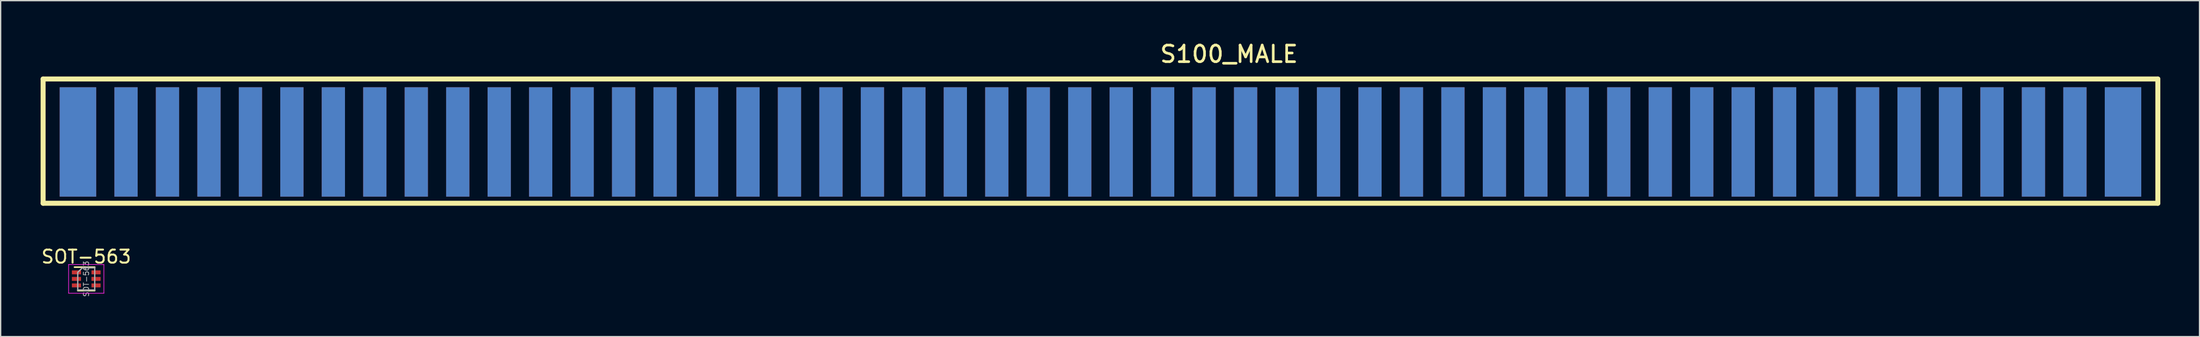
<source format=kicad_pcb>
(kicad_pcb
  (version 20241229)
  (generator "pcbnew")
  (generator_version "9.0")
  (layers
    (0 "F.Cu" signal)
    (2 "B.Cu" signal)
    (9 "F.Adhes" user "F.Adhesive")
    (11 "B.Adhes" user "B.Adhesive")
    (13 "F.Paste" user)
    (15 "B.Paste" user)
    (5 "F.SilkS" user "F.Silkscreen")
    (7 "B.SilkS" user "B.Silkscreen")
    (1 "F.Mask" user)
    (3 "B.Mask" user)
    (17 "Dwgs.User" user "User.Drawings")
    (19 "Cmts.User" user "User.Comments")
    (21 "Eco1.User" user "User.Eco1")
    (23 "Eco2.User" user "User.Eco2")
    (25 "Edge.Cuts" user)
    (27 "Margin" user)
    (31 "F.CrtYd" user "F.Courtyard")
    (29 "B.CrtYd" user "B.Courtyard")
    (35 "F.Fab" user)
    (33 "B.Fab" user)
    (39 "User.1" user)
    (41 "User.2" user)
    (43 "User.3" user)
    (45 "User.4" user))
  (footprint "SOT-563"
    (layer "F.Cu")
    (at 3.554 18.328)
    (property "Reference" "SOT-563" (at 0 -1.7 0) (layer "F.SilkS") (effects (font (size 1 1) (thickness 0.15))))
    (attr smd)
    (fp_line (start -0.9 -0.9) (end 0.65 -0.9) (stroke (width 0.12) (type solid)) (layer "F.SilkS"))
    (fp_line (start 0.65 0.9) (end -0.65 0.9) (stroke (width 0.12) (type solid)) (layer "F.SilkS"))
    (fp_line (start -1.35 -1.1) (end -1.35 1.1) (stroke (width 0.05) (type solid)) (layer "F.CrtYd"))
    (fp_line (start -1.35 -1.1) (end 1.35 -1.1) (stroke (width 0.05) (type solid)) (layer "F.CrtYd"))
    (fp_line (start 1.35 1.1) (end -1.35 1.1) (stroke (width 0.05) (type solid)) (layer "F.CrtYd"))
    (fp_line (start 1.35 1.1) (end 1.35 -1.1) (stroke (width 0.05) (type solid)) (layer "F.CrtYd"))
    (fp_line (start -0.65 -0.5) (end -0.65 0.85) (stroke (width 0.1) (type solid)) (layer "F.Fab"))
    (fp_line (start -0.65 -0.5) (end -0.3 -0.85) (stroke (width 0.1) (type solid)) (layer "F.Fab"))
    (fp_line (start -0.65 0.85) (end 0.65 0.85) (stroke (width 0.1) (type solid)) (layer "F.Fab"))
    (fp_line (start 0.65 -0.85) (end -0.3 -0.85) (stroke (width 0.1) (type solid)) (layer "F.Fab"))
    (fp_line (start 0.65 0.85) (end 0.65 -0.85) (stroke (width 0.1) (type solid)) (layer "F.Fab"))
    (fp_text user "${REFERENCE}" (at 0 0 90) (layer "F.Fab") (effects (font (size 0.4 0.4) (thickness 0.062))))
    (pad "1" smd rect (at -0.75 -0.5) (size 0.7 0.3) (layers "F.Cu" "F.Mask" "F.Paste"))
    (pad "2" smd rect (at -0.75 0) (size 0.7 0.3) (layers "F.Cu" "F.Mask" "F.Paste"))
    (pad "3" smd rect (at -0.75 0.5) (size 0.7 0.3) (layers "F.Cu" "F.Mask" "F.Paste"))
    (pad "4" smd rect (at 0.75 0.5) (size 0.7 0.3) (layers "F.Cu" "F.Mask" "F.Paste"))
    (pad "5" smd rect (at 0.75 0) (size 0.7 0.3) (layers "F.Cu" "F.Mask" "F.Paste"))
    (pad "6" smd rect (at 0.75 -0.5) (size 0.7 0.3) (layers "F.Cu" "F.Mask" "F.Paste")))
  (footprint "S100_MALE"
    (layer "F.Cu")
    (at 0.25 12.53)
    (property "Reference" "S100_MALE" (at 90.805 -11.43 0) (layer "F.SilkS") (effects (font (size 1.27 1.27) (thickness 0.203))))
    (attr through_hole)
    (fp_line (start 0 -9.525) (end 161.925 -9.525) (stroke (width 0.381) (type solid)) (layer "F.SilkS"))
    (fp_line (start 0 0) (end 0 -9.525) (stroke (width 0.381) (type solid)) (layer "F.SilkS"))
    (fp_line (start 161.925 -9.525) (end 161.925 0) (stroke (width 0.381) (type solid)) (layer "F.SilkS"))
    (fp_line (start 161.925 0) (end 0 0) (stroke (width 0.381) (type solid)) (layer "F.SilkS"))
    (pad "1" connect rect (at 2.667 -4.699) (size 2.794 8.382) (layers "F.Cu" "F.Mask"))
    (pad "2" connect rect (at 6.35 -4.699) (size 1.778 8.382) (layers "F.Cu" "F.Mask"))
    (pad "3" connect rect (at 9.525 -4.699) (size 1.778 8.382) (layers "F.Cu" "F.Mask"))
    (pad "4" connect rect (at 12.7 -4.699) (size 1.778 8.382) (layers "F.Cu" "F.Mask"))
    (pad "5" connect rect (at 15.875 -4.699) (size 1.778 8.382) (layers "F.Cu" "F.Mask"))
    (pad "6" connect rect (at 19.05 -4.699) (size 1.778 8.382) (layers "F.Cu" "F.Mask"))
    (pad "7" connect rect (at 22.225 -4.699) (size 1.778 8.382) (layers "F.Cu" "F.Mask"))
    (pad "8" connect rect (at 25.4 -4.699) (size 1.778 8.382) (layers "F.Cu" "F.Mask"))
    (pad "9" connect rect (at 28.575 -4.699) (size 1.778 8.382) (layers "F.Cu" "F.Mask"))
    (pad "10" connect rect (at 31.75 -4.699) (size 1.778 8.382) (layers "F.Cu" "F.Mask"))
    (pad "11" connect rect (at 34.925 -4.699) (size 1.778 8.382) (layers "F.Cu" "F.Mask"))
    (pad "12" connect rect (at 38.1 -4.699) (size 1.778 8.382) (layers "F.Cu" "F.Mask"))
    (pad "13" connect rect (at 41.275 -4.699) (size 1.778 8.382) (layers "F.Cu" "F.Mask"))
    (pad "14" connect rect (at 44.45 -4.699) (size 1.778 8.382) (layers "F.Cu" "F.Mask"))
    (pad "15" connect rect (at 47.625 -4.699) (size 1.778 8.382) (layers "F.Cu" "F.Mask"))
    (pad "16" connect rect (at 50.8 -4.699) (size 1.778 8.382) (layers "F.Cu" "F.Mask"))
    (pad "17" connect rect (at 53.975 -4.699) (size 1.778 8.382) (layers "F.Cu" "F.Mask"))
    (pad "18" connect rect (at 57.15 -4.699) (size 1.778 8.382) (layers "F.Cu" "F.Mask"))
    (pad "19" connect rect (at 60.325 -4.699) (size 1.778 8.382) (layers "F.Cu" "F.Mask"))
    (pad "20" connect rect (at 63.5 -4.699) (size 1.778 8.382) (layers "F.Cu" "F.Mask"))
    (pad "21" connect rect (at 66.675 -4.699) (size 1.778 8.382) (layers "F.Cu" "F.Mask"))
    (pad "22" connect rect (at 69.85 -4.699) (size 1.778 8.382) (layers "F.Cu" "F.Mask"))
    (pad "23" connect rect (at 73.025 -4.699) (size 1.778 8.382) (layers "F.Cu" "F.Mask"))
    (pad "24" connect rect (at 76.2 -4.699) (size 1.778 8.382) (layers "F.Cu" "F.Mask"))
    (pad "25" connect rect (at 79.375 -4.699) (size 1.778 8.382) (layers "F.Cu" "F.Mask"))
    (pad "26" connect rect (at 82.55 -4.699) (size 1.778 8.382) (layers "F.Cu" "F.Mask"))
    (pad "27" connect rect (at 85.725 -4.699) (size 1.778 8.382) (layers "F.Cu" "F.Mask"))
    (pad "28" connect rect (at 88.9 -4.699) (size 1.778 8.382) (layers "F.Cu" "F.Mask"))
    (pad "29" connect rect (at 92.075 -4.699) (size 1.778 8.382) (layers "F.Cu" "F.Mask"))
    (pad "30" connect rect (at 95.25 -4.699) (size 1.778 8.382) (layers "F.Cu" "F.Mask"))
    (pad "31" connect rect (at 98.425 -4.699) (size 1.778 8.382) (layers "F.Cu" "F.Mask"))
    (pad "32" connect rect (at 101.6 -4.699) (size 1.778 8.382) (layers "F.Cu" "F.Mask"))
    (pad "33" connect rect (at 104.775 -4.699) (size 1.778 8.382) (layers "F.Cu" "F.Mask"))
    (pad "34" connect rect (at 107.95 -4.699) (size 1.778 8.382) (layers "F.Cu" "F.Mask"))
    (pad "35" connect rect (at 111.125 -4.699) (size 1.778 8.382) (layers "F.Cu" "F.Mask"))
    (pad "36" connect rect (at 114.3 -4.699) (size 1.778 8.382) (layers "F.Cu" "F.Mask"))
    (pad "37" connect rect (at 117.475 -4.699) (size 1.778 8.382) (layers "F.Cu" "F.Mask"))
    (pad "38" connect rect (at 120.65 -4.699) (size 1.778 8.382) (layers "F.Cu" "F.Mask"))
    (pad "39" connect rect (at 123.825 -4.699) (size 1.778 8.382) (layers "F.Cu" "F.Mask"))
    (pad "40" connect rect (at 127 -4.699) (size 1.778 8.382) (layers "F.Cu" "F.Mask"))
    (pad "41" connect rect (at 130.175 -4.699) (size 1.778 8.382) (layers "F.Cu" "F.Mask"))
    (pad "42" connect rect (at 133.35 -4.699) (size 1.778 8.382) (layers "F.Cu" "F.Mask"))
    (pad "43" connect rect (at 136.525 -4.699) (size 1.778 8.382) (layers "F.Cu" "F.Mask"))
    (pad "44" connect rect (at 139.7 -4.699) (size 1.778 8.382) (layers "F.Cu" "F.Mask"))
    (pad "45" connect rect (at 142.875 -4.699) (size 1.778 8.382) (layers "F.Cu" "F.Mask"))
    (pad "46" connect rect (at 146.05 -4.699) (size 1.778 8.382) (layers "F.Cu" "F.Mask"))
    (pad "47" connect rect (at 149.225 -4.699) (size 1.778 8.382) (layers "F.Cu" "F.Mask"))
    (pad "48" connect rect (at 152.4 -4.699) (size 1.778 8.382) (layers "F.Cu" "F.Mask"))
    (pad "49" connect rect (at 155.575 -4.699) (size 1.778 8.382) (layers "F.Cu" "F.Mask"))
    (pad "50" connect rect (at 159.258 -4.699) (size 2.794 8.382) (layers "F.Cu" "F.Mask"))
    (pad "51" connect rect (at 2.667 -4.699) (size 2.794 8.382) (layers "B.Cu" "B.Mask"))
    (pad "52" connect rect (at 6.35 -4.699) (size 1.778 8.382) (layers "B.Cu" "B.Mask"))
    (pad "53" connect rect (at 9.525 -4.699) (size 1.778 8.382) (layers "B.Cu" "B.Mask"))
    (pad "54" connect rect (at 12.7 -4.699) (size 1.778 8.382) (layers "B.Cu" "B.Mask"))
    (pad "55" connect rect (at 15.875 -4.699) (size 1.778 8.382) (layers "B.Cu" "B.Mask"))
    (pad "56" connect rect (at 19.05 -4.699) (size 1.778 8.382) (layers "B.Cu" "B.Mask"))
    (pad "57" connect rect (at 22.225 -4.699) (size 1.778 8.382) (layers "B.Cu" "B.Mask"))
    (pad "58" connect rect (at 25.4 -4.699) (size 1.778 8.382) (layers "B.Cu" "B.Mask"))
    (pad "59" connect rect (at 28.575 -4.699) (size 1.778 8.382) (layers "B.Cu" "B.Mask"))
    (pad "60" connect rect (at 31.75 -4.699) (size 1.778 8.382) (layers "B.Cu" "B.Mask"))
    (pad "61" connect rect (at 34.925 -4.699) (size 1.778 8.382) (layers "B.Cu" "B.Mask"))
    (pad "62" connect rect (at 38.1 -4.699) (size 1.778 8.382) (layers "B.Cu" "B.Mask"))
    (pad "63" connect rect (at 41.275 -4.699) (size 1.778 8.382) (layers "B.Cu" "B.Mask"))
    (pad "64" connect rect (at 44.45 -4.699) (size 1.778 8.382) (layers "B.Cu" "B.Mask"))
    (pad "65" connect rect (at 47.625 -4.699) (size 1.778 8.382) (layers "B.Cu" "B.Mask"))
    (pad "66" connect rect (at 50.8 -4.699) (size 1.778 8.382) (layers "B.Cu" "B.Mask"))
    (pad "67" connect rect (at 53.975 -4.699) (size 1.778 8.382) (layers "B.Cu" "B.Mask"))
    (pad "68" connect rect (at 57.15 -4.699) (size 1.778 8.382) (layers "B.Cu" "B.Mask"))
    (pad "69" connect rect (at 60.325 -4.699) (size 1.778 8.382) (layers "B.Cu" "B.Mask"))
    (pad "70" connect rect (at 63.5 -4.699) (size 1.778 8.382) (layers "B.Cu" "B.Mask"))
    (pad "71" connect rect (at 66.675 -4.699) (size 1.778 8.382) (layers "B.Cu" "B.Mask"))
    (pad "72" connect rect (at 69.85 -4.699) (size 1.778 8.382) (layers "B.Cu" "B.Mask"))
    (pad "73" connect rect (at 73.025 -4.699) (size 1.778 8.382) (layers "B.Cu" "B.Mask"))
    (pad "74" connect rect (at 76.2 -4.699) (size 1.778 8.382) (layers "B.Cu" "B.Mask"))
    (pad "75" connect rect (at 79.375 -4.699) (size 1.778 8.382) (layers "B.Cu" "B.Mask"))
    (pad "76" connect rect (at 82.55 -4.699) (size 1.778 8.382) (layers "B.Cu" "B.Mask"))
    (pad "77" connect rect (at 85.725 -4.699) (size 1.778 8.382) (layers "B.Cu" "B.Mask"))
    (pad "78" connect rect (at 88.9 -4.699) (size 1.778 8.382) (layers "B.Cu" "B.Mask"))
    (pad "79" connect rect (at 92.075 -4.699) (size 1.778 8.382) (layers "B.Cu" "B.Mask"))
    (pad "80" connect rect (at 95.25 -4.699) (size 1.778 8.382) (layers "B.Cu" "B.Mask"))
    (pad "81" connect rect (at 98.425 -4.699) (size 1.778 8.382) (layers "B.Cu" "B.Mask"))
    (pad "82" connect rect (at 101.6 -4.699) (size 1.778 8.382) (layers "B.Cu" "B.Mask"))
    (pad "83" connect rect (at 104.775 -4.699) (size 1.778 8.382) (layers "B.Cu" "B.Mask"))
    (pad "84" connect rect (at 107.95 -4.699) (size 1.778 8.382) (layers "B.Cu" "B.Mask"))
    (pad "85" connect rect (at 111.125 -4.699) (size 1.778 8.382) (layers "B.Cu" "B.Mask"))
    (pad "86" connect rect (at 114.3 -4.699) (size 1.778 8.382) (layers "B.Cu" "B.Mask"))
    (pad "87" connect rect (at 117.475 -4.699) (size 1.778 8.382) (layers "B.Cu" "B.Mask"))
    (pad "88" connect rect (at 120.65 -4.699) (size 1.778 8.382) (layers "B.Cu" "B.Mask"))
    (pad "89" connect rect (at 123.825 -4.699) (size 1.778 8.382) (layers "B.Cu" "B.Mask"))
    (pad "90" connect rect (at 127 -4.699) (size 1.778 8.382) (layers "B.Cu" "B.Mask"))
    (pad "91" connect rect (at 130.175 -4.699) (size 1.778 8.382) (layers "B.Cu" "B.Mask"))
    (pad "92" connect rect (at 133.35 -4.699) (size 1.778 8.382) (layers "B.Cu" "B.Mask"))
    (pad "93" connect rect (at 136.525 -4.699) (size 1.778 8.382) (layers "B.Cu" "B.Mask"))
    (pad "94" connect rect (at 139.7 -4.699) (size 1.778 8.382) (layers "B.Cu" "B.Mask"))
    (pad "95" connect rect (at 142.875 -4.699) (size 1.778 8.382) (layers "B.Cu" "B.Mask"))
    (pad "96" connect rect (at 146.05 -4.699) (size 1.778 8.382) (layers "B.Cu" "B.Mask"))
    (pad "97" connect rect (at 149.225 -4.699) (size 1.778 8.382) (layers "B.Cu" "B.Mask"))
    (pad "98" connect rect (at 152.4 -4.699) (size 1.778 8.382) (layers "B.Cu" "B.Mask"))
    (pad "99" connect rect (at 155.575 -4.699) (size 1.778 8.382) (layers "B.Cu" "B.Mask"))
    (pad "100" connect rect (at 159.258 -4.699) (size 2.794 8.382) (layers "B.Cu" "B.Mask")))
  (gr_rect
    (start -3 -3)
    (end 165.365 22.753)
    (stroke (width 0.1) (type default))
    (fill no)
    (layer "Edge.Cuts")))
</source>
